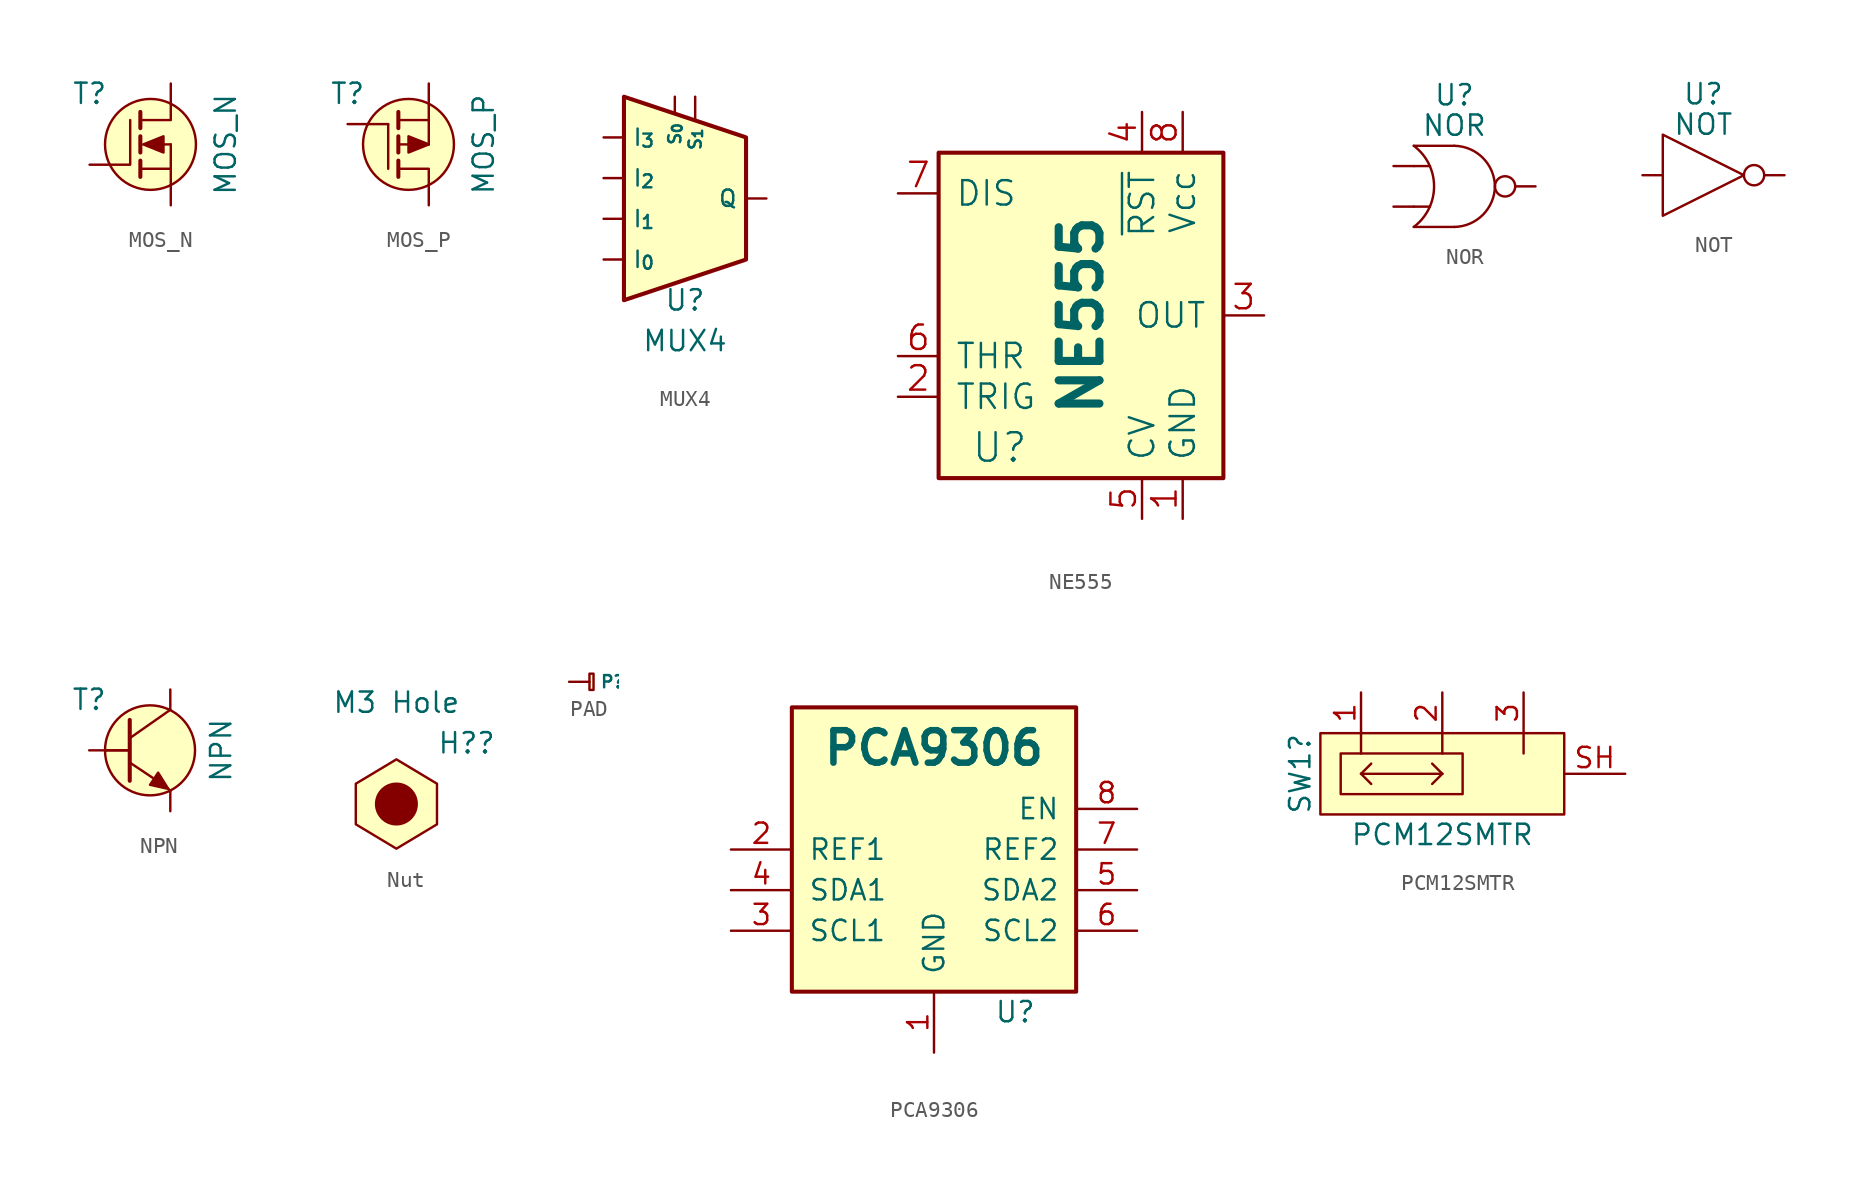
<source format=kicad_sym>
(kicad_symbol_lib
  (version 20231120)
  (generator "kicad_symbol_editor")
  (generator_version "8.0")
  (symbol "MOS_N"
    (pin_numbers hide)
    (pin_names
      (offset 0) hide)
    (property "Reference" "T"
      (at -3.81 3.175 0)
      (effects (font (size 1.27 1.27))))
    (property "Value" "MOS_N"
      (at 4.699 0 90)
      (effects (font (size 1.27 1.27))))
    (property "Footprint" ""
      (at 0 0 0)
      (effects (font (size 1.524 1.524))))
    (property "Datasheet" ""
      (at 0 0 0)
      (effects (font (size 1.524 1.524))))
    (symbol "MOS_N_0_1"
      (polyline (pts (xy -0.635 -1.016) (xy -0.635 -2.032)) (stroke (width 0.254) (type default)) (fill (type none)))
      (polyline (pts (xy -0.635 0.508) (xy -0.635 -0.508)) (stroke (width 0.254) (type default)) (fill (type none)))
      (polyline (pts (xy -0.635 1.016) (xy -0.635 2.032)) (stroke (width 0.254) (type default)) (fill (type none)))
      (polyline (pts (xy 0.635 0) (xy 1.27 0)) (stroke (width 0) (type default)) (fill (type none)))
      (polyline (pts (xy 1.27 -1.524) (xy 1.27 0)) (stroke (width 0) (type default)) (fill (type none)))
      (polyline (pts (xy -2.54 -1.27) (xy -1.27 -1.27) (xy -1.27 1.524)) (stroke (width 0) (type default)) (fill (type none)))
      (polyline (pts (xy -0.635 -1.524) (xy 1.27 -1.524) (xy 1.27 -2.54)) (stroke (width 0) (type default)) (fill (type none)))
      (polyline (pts (xy 1.27 2.54) (xy 1.27 1.524) (xy -0.635 1.524)) (stroke (width 0) (type default)) (fill (type none)))
      (polyline (pts (xy -0.457 0) (xy 0.813 0.508) (xy 0.813 -0.508) (xy -0.457 0)) (stroke (width 0) (type default)) (fill (type outline)))
      (circle (center 0 0) (radius 2.845) (stroke (width 0) (type default)) (fill (type background))))
    (symbol "MOS_N_1_1"
      (pin passive line (at 1.27 3.81 270) (length 1.27) (name "D" (effects (font (size 1.016 1.016)))) (number "D" (effects (font (size 1.016 1.016)))))
      (pin input line (at -3.81 -1.27 0) (length 1.27) (name "G" (effects (font (size 1.016 1.016)))) (number "G" (effects (font (size 1.016 1.016)))))
      (pin passive line (at 1.27 -3.81 90) (length 1.27) (name "S" (effects (font (size 1.016 1.016)))) (number "S" (effects (font (size 1.016 1.016)))))))
  (symbol "MOS_P"
    (pin_numbers hide)
    (pin_names
      (offset 0) hide)
    (property "Reference" "T"
      (at -3.81 3.175 0)
      (effects (font (size 1.27 1.27))))
    (property "Value" "MOS_P"
      (at 4.699 0 90)
      (effects (font (size 1.27 1.27))))
    (property "Footprint" ""
      (at 0 0 0)
      (effects (font (size 1.524 1.524))))
    (property "Datasheet" ""
      (at 0 0 0)
      (effects (font (size 1.524 1.524))))
    (symbol "MOS_P_0_1"
      (polyline (pts (xy -1.27 -1.524) (xy -1.27 1.27)) (stroke (width 0) (type default)) (fill (type none)))
      (polyline (pts (xy -1.27 1.27) (xy -2.54 1.27)) (stroke (width 0) (type default)) (fill (type none)))
      (polyline (pts (xy -0.635 -1.016) (xy -0.635 -2.032)) (stroke (width 0.254) (type default)) (fill (type none)))
      (polyline (pts (xy -0.635 0.508) (xy -0.635 -0.508)) (stroke (width 0.254) (type default)) (fill (type none)))
      (polyline (pts (xy -0.635 1.016) (xy -0.635 2.032)) (stroke (width 0.254) (type default)) (fill (type none)))
      (polyline (pts (xy -0.508 0) (xy 0.254 0)) (stroke (width 0) (type default)) (fill (type none)))
      (polyline (pts (xy 0.635 0) (xy 1.27 0)) (stroke (width 0) (type default)) (fill (type none)))
      (polyline (pts (xy 1.27 1.524) (xy 1.27 0)) (stroke (width 0) (type default)) (fill (type none)))
      (polyline (pts (xy -0.635 -1.524) (xy 1.27 -1.524) (xy 1.27 -2.54)) (stroke (width 0) (type default)) (fill (type none)))
      (polyline (pts (xy 1.27 2.54) (xy 1.27 1.524) (xy -0.635 1.524)) (stroke (width 0) (type default)) (fill (type none)))
      (polyline (pts (xy 1.27 0) (xy 0 0.508) (xy 0 -0.508) (xy 1.27 0)) (stroke (width 0) (type default)) (fill (type outline)))
      (circle (center 0 0) (radius 2.845) (stroke (width 0) (type default)) (fill (type background))))
    (symbol "MOS_P_1_1"
      (pin passive line (at 1.27 3.81 270) (length 1.27) (name "D" (effects (font (size 1.016 1.016)))) (number "D" (effects (font (size 1.016 1.016)))))
      (pin input line (at -3.81 1.27 0) (length 1.27) (name "G" (effects (font (size 1.016 1.016)))) (number "G" (effects (font (size 1.016 1.016)))))
      (pin passive line (at 1.27 -3.81 90) (length 1.27) (name "S" (effects (font (size 1.016 1.016)))) (number "S" (effects (font (size 1.016 1.016)))))))
  (symbol "MUX4"
    (pin_numbers hide)
    (property "Reference" "U"
      (at 0 -6.35 0)
      (effects (font (size 1.27 1.27))))
    (property "Value" "MUX4"
      (at 0 -8.89 0)
      (effects (font (size 1.27 1.27))))
    (symbol "MUX4_0_1"
      (polyline (pts (xy -3.81 6.35) (xy -3.81 -6.35) (xy 3.81 -3.81) (xy 3.81 3.81) (xy -3.81 6.35)) (stroke (width 0.254) (type default)) (fill (type background))))
    (symbol "MUX4_1_1"
      (pin passive line (at -5.08 -3.81 0) (length 1.27) (name "I_{0}" (effects (font (size 1.016 1.016)))) (number "" (effects (font (size 1.27 1.27)))))
      (pin passive line (at -5.08 -1.27 0) (length 1.27) (name "I_{1}" (effects (font (size 1.016 1.016)))) (number "" (effects (font (size 1.27 1.27)))))
      (pin passive line (at -5.08 1.27 0) (length 1.27) (name "I_{2}" (effects (font (size 1.016 1.016)))) (number "" (effects (font (size 1.27 1.27)))))
      (pin passive line (at -5.08 3.81 0) (length 1.27) (name "I_{3}" (effects (font (size 1.016 1.016)))) (number "" (effects (font (size 1.27 1.27)))))
      (pin passive line (at 5.08 0 180) (length 1.27) (name "Q" (effects (font (size 1.016 1.016)))) (number "" (effects (font (size 1.27 1.27)))))
      (pin passive line (at -0.635 6.35 270) (length 1.067) (name "S_{0}" (effects (font (size 0.762 0.762)))) (number "" (effects (font (size 1.27 1.27)))))
      (pin passive line (at 0.635 6.35 270) (length 1.397) (name "S_{1}" (effects (font (size 0.762 0.762)))) (number "" (effects (font (size 1.27 1.27)))))))
  (symbol "NE555"
    (pin_names
      (offset 1.016))
    (property "Reference" "U"
      (at -5.08 -8.255 0)
      (effects (font (size 1.778 1.778))))
    (property "Value" "NE555"
      (at 0 0 90)
      (effects (font (size 2.54 2.54) (bold yes))))
    (property "Footprint" ""
      (at 0 -1.27 0)
      (effects (font (size 1.524 1.524))))
    (property "Datasheet" ""
      (at 0 -1.27 0)
      (effects (font (size 1.524 1.524))))
    (symbol "NE555_0_0"
      (pin power_in line (at 6.35 -12.7 90) (length 2.54) (name "GND" (effects (font (size 1.524 1.524)))) (number "1" (effects (font (size 1.524 1.524)))))
      (pin power_in line (at 6.35 12.7 270) (length 2.54) (name "Vcc" (effects (font (size 1.524 1.524)))) (number "8" (effects (font (size 1.524 1.524))))))
    (symbol "NE555_0_1"
      (rectangle (start -8.89 10.16) (end 8.89 -10.16) (stroke (width 0.254) (type default)) (fill (type background))))
    (symbol "NE555_1_1"
      (pin input line (at -11.43 -5.08 0) (length 2.54) (name "TRIG" (effects (font (size 1.524 1.524)))) (number "2" (effects (font (size 1.524 1.524)))))
      (pin output line (at 11.43 0 180) (length 2.54) (name "OUT" (effects (font (size 1.524 1.524)))) (number "3" (effects (font (size 1.524 1.524)))))
      (pin input line (at 3.81 12.7 270) (length 2.54) (name "~{RST}" (effects (font (size 1.524 1.524)))) (number "4" (effects (font (size 1.524 1.524)))))
      (pin input line (at 3.81 -12.7 90) (length 2.54) (name "CV" (effects (font (size 1.524 1.524)))) (number "5" (effects (font (size 1.524 1.524)))))
      (pin input line (at -11.43 -2.54 0) (length 2.54) (name "THR" (effects (font (size 1.524 1.524)))) (number "6" (effects (font (size 1.524 1.524)))))
      (pin input line (at -11.43 7.62 0) (length 2.54) (name "DIS" (effects (font (size 1.524 1.524)))) (number "7" (effects (font (size 1.524 1.524)))))))
  (symbol "NOR"
    (pin_numbers hide)
    (pin_names
      (offset 0) hide)
    (property "Reference" "U"
      (at 0 5.715 0)
      (effects (font (size 1.27 1.27))))
    (property "Value" "NOR"
      (at 0 3.81 0)
      (effects (font (size 1.27 1.27))))
    (property "Footprint" ""
      (at 0 0 0)
      (effects (font (size 1.524 1.524))))
    (property "Datasheet" ""
      (at 0 0 0)
      (effects (font (size 1.524 1.524))))
    (symbol "NOR_0_0"
      (arc (start -2.54 -2.54) (mid -1.27 0) (end -2.54 2.54) (stroke (width 0) (type default)) (fill (type none)))
      (arc (start 0 -2.54) (mid 1.7834 -1.7834) (end 2.54 0) (stroke (width 0) (type default)) (fill (type none)))
      (polyline (pts (xy -2.54 -2.54) (xy 0 -2.54)) (stroke (width 0) (type default)) (fill (type none)))
      (polyline (pts (xy -2.54 -1.27) (xy -1.524 -1.27)) (stroke (width 0) (type default)) (fill (type none)))
      (polyline (pts (xy -2.54 1.27) (xy -1.524 1.27)) (stroke (width 0) (type default)) (fill (type none)))
      (polyline (pts (xy 0 2.54) (xy -2.54 2.54)) (stroke (width 0) (type default)) (fill (type none)))
      (arc (start 2.54 0) (mid 1.7834 1.7834) (end 0 2.54) (stroke (width 0) (type default)) (fill (type none)))
      (circle (center 3.175 0) (radius 0.635) (stroke (width 0) (type default)) (fill (type none))))
    (symbol "NOR_1_1"
      (pin input line (at -3.81 -1.27 0) (length 1.27) (name "~" (effects (font (size 1.27 1.27)))) (number "~" (effects (font (size 1.27 1.27)))))
      (pin input line (at -3.81 1.27 0) (length 1.27) (name "~" (effects (font (size 1.27 1.27)))) (number "~" (effects (font (size 1.27 1.27)))))
      (pin input line (at 5.08 0 180) (length 1.27) (name "~" (effects (font (size 1.27 1.27)))) (number "~" (effects (font (size 1.27 1.27)))))))
  (symbol "NOT"
    (pin_numbers hide)
    (pin_names
      (offset 0) hide)
    (property "Reference" "U"
      (at 0 5.08 0)
      (effects (font (size 1.27 1.27))))
    (property "Value" "NOT"
      (at 0 3.175 0)
      (effects (font (size 1.27 1.27))))
    (property "Footprint" ""
      (at 0 0 0)
      (effects (font (size 1.524 1.524))))
    (property "Datasheet" ""
      (at 0 0 0)
      (effects (font (size 1.524 1.524))))
    (symbol "NOT_0_1"
      (polyline (pts (xy -2.54 2.54) (xy 2.54 0) (xy -2.54 -2.54) (xy -2.54 2.54)) (stroke (width 0) (type default)) (fill (type none)))
      (circle (center 3.175 0) (radius 0.635) (stroke (width 0) (type default)) (fill (type none))))
    (symbol "NOT_1_1"
      (pin input line (at -3.81 0 0) (length 1.27) (name "~" (effects (font (size 1.27 1.27)))) (number "~" (effects (font (size 1.27 1.27)))))
      (pin input line (at 5.08 0 180) (length 1.27) (name "~" (effects (font (size 1.27 1.27)))) (number "~" (effects (font (size 1.27 1.27)))))))
  (symbol "NPN"
    (pin_numbers hide)
    (pin_names
      (offset 0) hide)
    (property "Reference" "T"
      (at -2.54 3.175 0)
      (effects (font (size 1.27 1.27))))
    (property "Value" "NPN"
      (at 5.715 0 90)
      (effects (font (size 1.27 1.27))))
    (property "Footprint" ""
      (at 0 0 0)
      (effects (font (size 1.524 1.524))))
    (property "Datasheet" ""
      (at 0 0 0)
      (effects (font (size 1.524 1.524))))
    (symbol "NPN_0_1"
      (polyline (pts (xy 0 0) (xy -1.524 0) (xy -1.524 0)) (stroke (width 0) (type default)) (fill (type none)))
      (polyline (pts (xy 0 1.905) (xy 0 -1.905) (xy 0 -1.905)) (stroke (width 0.254) (type default)) (fill (type none)))
      (polyline (pts (xy 1.524 -1.778) (xy 0 -0.762) (xy 0 -0.762)) (stroke (width 0) (type default)) (fill (type none)))
      (polyline (pts (xy 2.286 -2.286) (xy 2.54 -2.54) (xy 2.54 -2.54)) (stroke (width 0) (type default)) (fill (type none)))
      (polyline (pts (xy 2.54 2.54) (xy 0 0.762) (xy 0 0.762) (xy 0 0.762)) (stroke (width 0) (type default)) (fill (type none)))
      (polyline (pts (xy 1.27 -2.159) (xy 2.413 -2.413) (xy 1.778 -1.397) (xy 1.27 -2.159) (xy 1.27 -2.159)) (stroke (width 0) (type default)) (fill (type outline)))
      (circle (center 1.27 0) (radius 2.819) (stroke (width 0) (type default)) (fill (type background))))
    (symbol "NPN_1_1"
      (pin input line (at -2.54 0 0) (length 2.54) (name "B" (effects (font (size 1.016 1.016)))) (number "B" (effects (font (size 1.016 1.016)))))
      (pin passive line (at 2.54 3.81 270) (length 1.27) (name "C" (effects (font (size 1.016 1.016)))) (number "C" (effects (font (size 1.016 1.016)))))
      (pin passive line (at 2.54 -3.81 90) (length 1.27) (name "E" (effects (font (size 1.016 1.016)))) (number "E" (effects (font (size 1.016 1.016)))))))
  (symbol "Nut"
    (pin_names
      (offset 1.016))
    (property "Reference" "H?"
      (at 2.54 3.81 0)
      (effects (font (size 1.27 1.27)) (justify left)))
    (property "Value" "M3 Hole"
      (at 0 6.35 0)
      (effects (font (size 1.27 1.27))))
    (symbol "Nut_1_1"
      (polyline (pts (xy 0 2.794) (xy 2.54 1.27) (xy 2.54 -1.27) (xy 0 -2.794) (xy -2.54 -1.27) (xy -2.54 1.27) (xy 0 2.794)) (stroke (width 0) (type default)) (fill (type background)))
      (circle (center 0 0) (radius 1.27) (stroke (width 0) (type default)) (fill (type outline)))))
  (symbol "PAD"
    (pin_numbers hide)
    (pin_names
      (offset 0) hide)
    (property "Reference" "P"
      (at 0.635 0 0)
      (effects (font (size 0.762 0.762)) (justify left)))
    (symbol "PAD_0_1"
      (polyline (pts (xy 0 0.508) (xy 0 -0.508) (xy 0.254 -0.508) (xy 0.254 0.508) (xy 0 0.508)) (stroke (width 0.152) (type default)) (fill (type background))))
    (symbol "PAD_1_1"
      (pin passive line (at -1.27 0 0) (length 1.27) (name "" (effects (font (size 1.27 1.27)))) (number "1" (effects (font (size 1.27 1.27)))))))
  (symbol "PCA9306"
    (pin_names
      (offset 1.016))
    (property "Reference" "U"
      (at 5.08 -10.16 0)
      (effects (font (size 1.27 1.27))))
    (property "Value" "PCA9306"
      (at 0 6.35 0)
      (effects (font (size 2.032 2.032) (bold yes))))
    (symbol "PCA9306_0_1"
      (rectangle (start -8.89 8.89) (end 8.89 -8.89) (stroke (width 0.254) (type default)) (fill (type background))))
    (symbol "PCA9306_1_1"
      (pin passive line (at 0 -12.7 90) (length 3.81) (name "GND" (effects (font (size 1.27 1.27)))) (number "1" (effects (font (size 1.27 1.27)))))
      (pin passive line (at -12.7 0 0) (length 3.81) (name "REF1" (effects (font (size 1.27 1.27)))) (number "2" (effects (font (size 1.27 1.27)))))
      (pin passive line (at -12.7 -5.08 0) (length 3.81) (name "SCL1" (effects (font (size 1.27 1.27)))) (number "3" (effects (font (size 1.27 1.27)))))
      (pin passive line (at -12.7 -2.54 0) (length 3.81) (name "SDA1" (effects (font (size 1.27 1.27)))) (number "4" (effects (font (size 1.27 1.27)))))
      (pin passive line (at 12.7 -2.54 180) (length 3.81) (name "SDA2" (effects (font (size 1.27 1.27)))) (number "5" (effects (font (size 1.27 1.27)))))
      (pin passive line (at 12.7 -5.08 180) (length 3.81) (name "SCL2" (effects (font (size 1.27 1.27)))) (number "6" (effects (font (size 1.27 1.27)))))
      (pin passive line (at 12.7 0 180) (length 3.81) (name "REF2" (effects (font (size 1.27 1.27)))) (number "7" (effects (font (size 1.27 1.27)))))
      (pin passive line (at 12.7 2.54 180) (length 3.81) (name "EN" (effects (font (size 1.27 1.27)))) (number "8" (effects (font (size 1.27 1.27)))))))
  (symbol "PCM12SMTR"
    (property "Reference" "SW1"
      (at -8.89 0 90)
      (effects (font (size 1.27 1.27))))
    (property "Value" "PCM12SMTR"
      (at 0 -3.81 0)
      (effects (font (size 1.27 1.27))))
    (symbol "PCM12SMTR_0_1"
      (rectangle (start -7.62 2.54) (end 7.62 -2.54) (stroke (width 0) (type default)) (fill (type background)))
      (rectangle (start -6.35 1.27) (end 1.27 -1.27) (stroke (width 0) (type default)) (fill (type none)))
      (polyline (pts (xy -5.08 0) (xy -4.445 -0.635)) (stroke (width 0) (type default)) (fill (type none)))
      (polyline (pts (xy -5.08 0) (xy -4.445 0.635)) (stroke (width 0) (type default)) (fill (type none)))
      (polyline (pts (xy -5.08 0) (xy 0 0)) (stroke (width 0) (type default)) (fill (type none)))
      (polyline (pts (xy -5.08 2.54) (xy -5.08 1.27)) (stroke (width 0) (type default)) (fill (type none)))
      (polyline (pts (xy 0 0) (xy -0.635 -0.635)) (stroke (width 0) (type default)) (fill (type none)))
      (polyline (pts (xy 0 0) (xy -0.635 0.635)) (stroke (width 0) (type default)) (fill (type none)))
      (polyline (pts (xy 0 2.54) (xy 0 1.27)) (stroke (width 0) (type default)) (fill (type none)))
      (polyline (pts (xy 5.08 2.54) (xy 5.08 1.27)) (stroke (width 0) (type default)) (fill (type none))))
    (symbol "PCM12SMTR_1_1"
      (pin passive line (at -5.08 5.08 270) (length 2.54) (name "" (effects (font (size 1.27 1.27)))) (number "1" (effects (font (size 1.27 1.27)))))
      (pin passive line (at 0 5.08 270) (length 2.54) (name "" (effects (font (size 1.27 1.27)))) (number "2" (effects (font (size 1.27 1.27)))))
      (pin passive line (at 5.08 5.08 270) (length 2.54) (name "" (effects (font (size 1.27 1.27)))) (number "3" (effects (font (size 1.27 1.27)))))
      (pin passive line (at 11.43 0 180) (length 3.81) (name "" (effects (font (size 1.27 1.27)))) (number "SH" (effects (font (size 1.27 1.27))))))))
</source>
